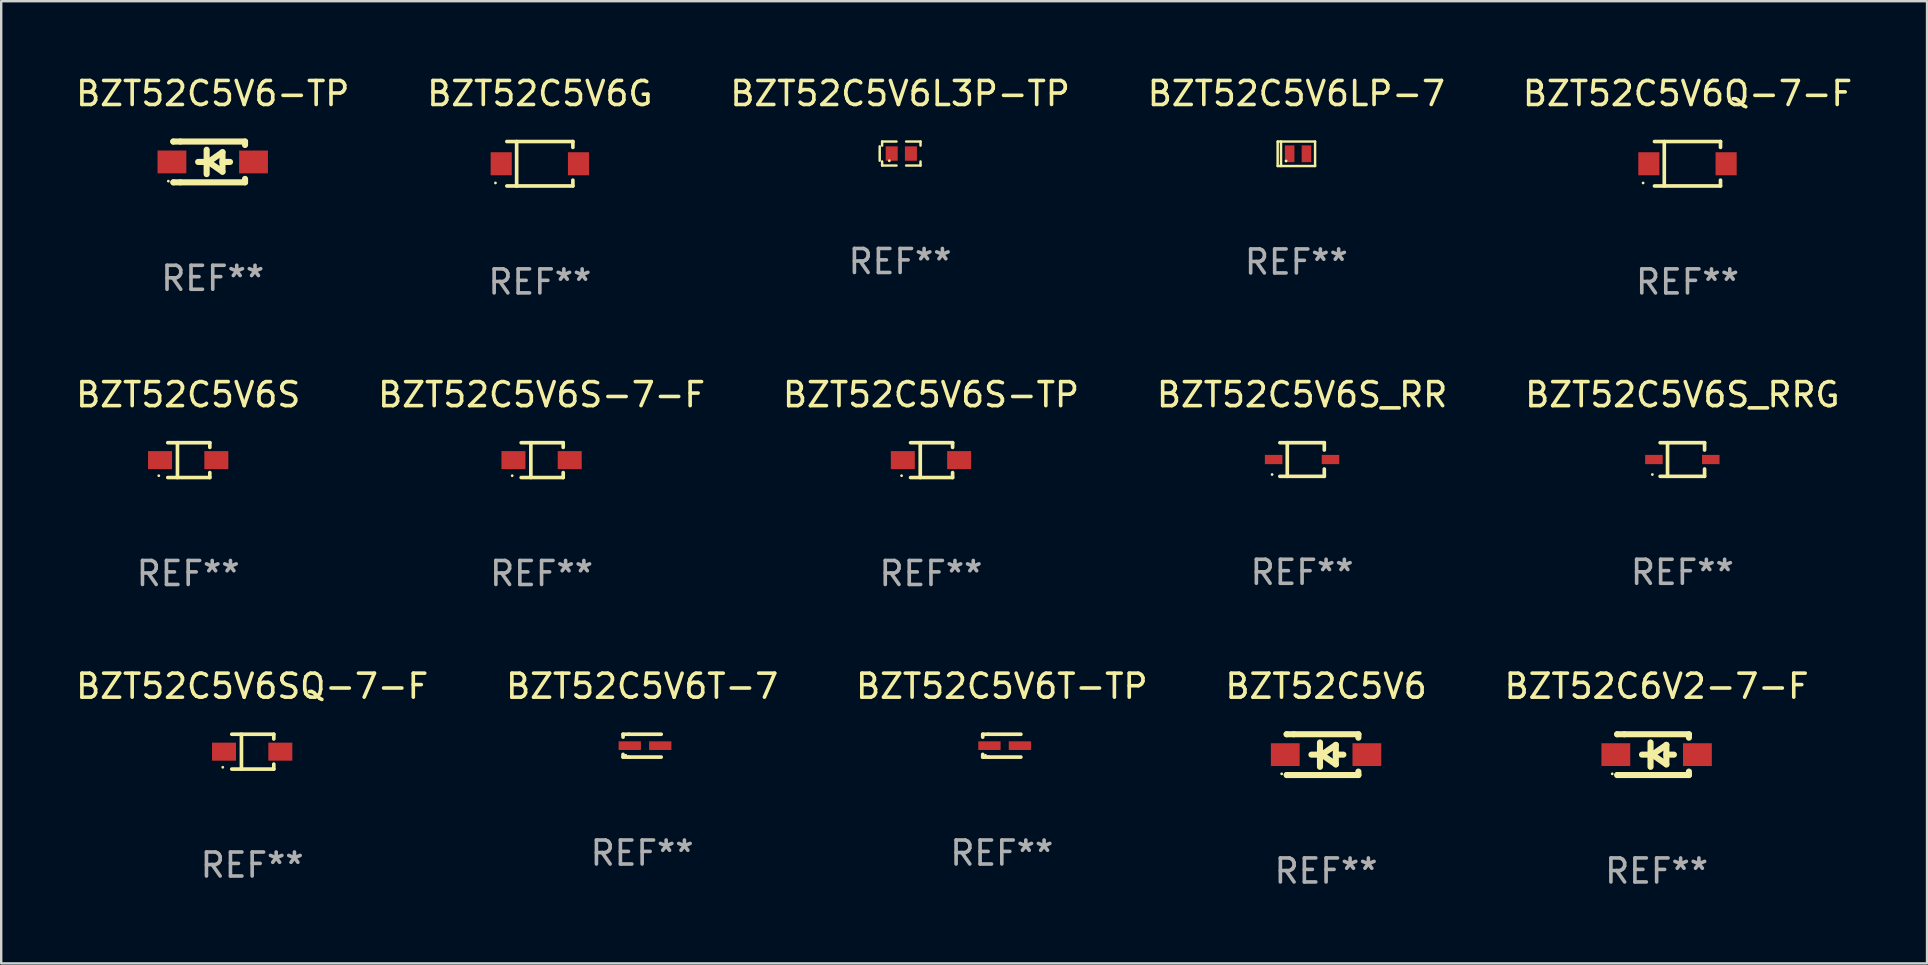
<source format=kicad_pcb>
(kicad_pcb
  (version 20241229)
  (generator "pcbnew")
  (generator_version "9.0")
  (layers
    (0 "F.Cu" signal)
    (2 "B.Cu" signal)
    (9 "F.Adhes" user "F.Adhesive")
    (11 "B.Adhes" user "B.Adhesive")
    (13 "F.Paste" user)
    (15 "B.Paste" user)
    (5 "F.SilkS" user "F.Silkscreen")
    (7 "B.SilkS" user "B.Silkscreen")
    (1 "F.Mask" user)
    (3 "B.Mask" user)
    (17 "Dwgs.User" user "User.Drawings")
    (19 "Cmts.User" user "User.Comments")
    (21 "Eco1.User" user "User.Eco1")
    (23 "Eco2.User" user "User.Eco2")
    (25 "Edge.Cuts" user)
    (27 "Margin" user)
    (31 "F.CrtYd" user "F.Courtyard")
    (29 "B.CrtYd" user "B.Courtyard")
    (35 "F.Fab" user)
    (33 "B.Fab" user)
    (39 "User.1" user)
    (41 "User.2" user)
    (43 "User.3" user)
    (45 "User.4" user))
  (footprint "BZT52C5V6T-TP"
    (layer "F.Cu")
    (at 38.696 28.022)
    (property "Reference" "BZT52C5V6T-TP" (at 0 -2.476 0) (layer "F.SilkS") (effects (font (size 1 1) (thickness 0.15))))
    (attr through_hole)
    (fp_line (start -0.795 -0.476) (end -0.795 -0.356) (stroke (width 0.152) (type solid)) (layer "F.SilkS"))
    (fp_line (start -0.795 0.363) (end -0.795 0.476) (stroke (width 0.152) (type solid)) (layer "F.SilkS"))
    (fp_line (start -0.795 0.476) (end -0.557 0.476) (stroke (width 0.152) (type solid)) (layer "F.SilkS"))
    (fp_line (start -0.557 -0.476) (end -0.795 -0.476) (stroke (width 0.152) (type solid)) (layer "F.SilkS"))
    (fp_line (start -0.557 -0.476) (end 0.795 -0.476) (stroke (width 0.152) (type solid)) (layer "F.SilkS"))
    (fp_line (start -0.557 0.476) (end 0.795 0.476) (stroke (width 0.152) (type solid)) (layer "F.SilkS"))
    (fp_circle (center -0.681 0.4) (end -0.651 0.4) (stroke (width 0.06) (type solid)) (fill no) (layer "F.SilkS"))
    (fp_text user "REF**" (at 0 4.476 0) (layer "F.Fab") (effects (font (size 1 1) (thickness 0.15))))
    (pad "1" smd rect (at -0.516 0 180) (size 0.93 0.36) (layers "F.Cu" "F.Mask" "F.Paste"))
    (pad "2" smd rect (at 0.754 0 180) (size 0.93 0.36) (layers "F.Cu" "F.Mask" "F.Paste")))
  (footprint "BZT52C5V6Q-7-F"
    (layer "F.Cu")
    (at 67.268 3.774)
    (property "Reference" "BZT52C5V6Q-7-F" (at 0 -2.926 0) (layer "F.SilkS") (effects (font (size 1 1) (thickness 0.15))))
    (attr through_hole)
    (fp_line (start -1.376 -0.926) (end 1.376 -0.926) (stroke (width 0.152) (type solid)) (layer "F.SilkS"))
    (fp_line (start -1.376 0.926) (end 1.376 0.926) (stroke (width 0.152) (type solid)) (layer "F.SilkS"))
    (fp_line (start -0.967 -0.926) (end -0.967 0.926) (stroke (width 0.152) (type solid)) (layer "F.SilkS"))
    (fp_line (start 1.376 -0.926) (end 1.376 -0.683) (stroke (width 0.152) (type solid)) (layer "F.SilkS"))
    (fp_line (start 1.376 0.926) (end 1.376 0.683) (stroke (width 0.152) (type solid)) (layer "F.SilkS"))
    (fp_circle (center -1.85 0.8) (end -1.82 0.8) (stroke (width 0.06) (type solid)) (fill no) (layer "F.SilkS"))
    (fp_text user "REF**" (at 0 4.926 0) (layer "F.Fab") (effects (font (size 1 1) (thickness 0.15))))
    (pad "1" smd rect (at -1.61 0) (size 0.88 0.96) (layers "F.Cu" "F.Mask" "F.Paste"))
    (pad "2" smd rect (at 1.61 0) (size 0.88 0.96) (layers "F.Cu" "F.Mask" "F.Paste")))
  (footprint "BZT52C5V6S_RRG"
    (layer "F.Cu")
    (at 67.054 16.098)
    (property "Reference" "BZT52C5V6S_RRG" (at 0 -2.701 0) (layer "F.SilkS") (effects (font (size 1 1) (thickness 0.15))))
    (attr through_hole)
    (fp_line (start -0.926 -0.701) (end 0.926 -0.701) (stroke (width 0.152) (type solid)) (layer "F.SilkS"))
    (fp_line (start -0.926 0.701) (end 0.926 0.701) (stroke (width 0.152) (type solid)) (layer "F.SilkS"))
    (fp_line (start -0.617 -0.701) (end -0.617 0.701) (stroke (width 0.152) (type solid)) (layer "F.SilkS"))
    (fp_line (start 0.926 -0.701) (end 0.926 -0.396) (stroke (width 0.152) (type solid)) (layer "F.SilkS"))
    (fp_line (start 0.926 0.701) (end 0.926 0.396) (stroke (width 0.152) (type solid)) (layer "F.SilkS"))
    (fp_circle (center -1.25 0.625) (end -1.22 0.625) (stroke (width 0.06) (type solid)) (fill no) (layer "F.SilkS"))
    (fp_text user "REF**" (at 0 4.701 0) (layer "F.Fab") (effects (font (size 1 1) (thickness 0.15))))
    (pad "1" smd rect (at -1.185 0 180) (size 0.73 0.385) (layers "F.Cu" "F.Mask" "F.Paste"))
    (pad "2" smd rect (at 1.185 0 180) (size 0.73 0.385) (layers "F.Cu" "F.Mask" "F.Paste")))
  (footprint "BZT52C5V6-TP"
    (layer "F.Cu")
    (at 5.815 3.698)
    (property "Reference" "BZT52C5V6-TP" (at 0 -2.85 0) (layer "F.SilkS") (effects (font (size 1 1) (thickness 0.15))))
    (attr through_hole)
    (fp_line (start -1.643 -0.85) (end -1.644 -0.849) (stroke (width 0.254) (type solid)) (layer "F.SilkS"))
    (fp_line (start -1.638 0.85) (end -1.639 0.849) (stroke (width 0.254) (type solid)) (layer "F.SilkS"))
    (fp_line (start -1.346 -0.85) (end -1.643 -0.85) (stroke (width 0.254) (type solid)) (layer "F.SilkS"))
    (fp_line (start -1.346 -0.85) (end 1.346 -0.85) (stroke (width 0.254) (type solid)) (layer "F.SilkS"))
    (fp_line (start -1.346 0.85) (end -1.638 0.85) (stroke (width 0.254) (type solid)) (layer "F.SilkS"))
    (fp_line (start -0.28 0) (end -0.61 0) (stroke (width 0.254) (type solid)) (layer "F.SilkS"))
    (fp_line (start -0.254 -0.508) (end -0.254 0.508) (stroke (width 0.254) (type solid)) (layer "F.SilkS"))
    (fp_line (start -0.178 0) (end 0.406 -0.406) (stroke (width 0.254) (type solid)) (layer "F.SilkS"))
    (fp_line (start 0.406 -0.406) (end 0.406 0.406) (stroke (width 0.254) (type solid)) (layer "F.SilkS"))
    (fp_line (start 0.406 -0.000254) (end 0.72 -0.000254) (stroke (width 0.254) (type solid)) (layer "F.SilkS"))
    (fp_line (start 0.406 0.406) (end -0.178 0) (stroke (width 0.254) (type solid)) (layer "F.SilkS"))
    (fp_line (start 1.346 -0.85) (end 1.346 -0.706) (stroke (width 0.254) (type solid)) (layer "F.SilkS"))
    (fp_line (start 1.346 0.706) (end 1.346 0.85) (stroke (width 0.254) (type solid)) (layer "F.SilkS"))
    (fp_line (start 1.346 0.85) (end -1.346 0.85) (stroke (width 0.254) (type solid)) (layer "F.SilkS"))
    (fp_circle (center -1.85 0.8) (end -1.82 0.8) (stroke (width 0.06) (type solid)) (fill no) (layer "F.SilkS"))
    (fp_text user "REF**" (at 0 4.85 0) (layer "F.Fab") (effects (font (size 1 1) (thickness 0.15))))
    (pad "1" smd rect (at -1.7 0) (size 1.2 0.95) (layers "F.Cu" "F.Mask" "F.Paste"))
    (pad "2" smd rect (at 1.7 0) (size 1.2 0.95) (layers "F.Cu" "F.Mask" "F.Paste")))
  (footprint "BZT52C5V6SQ-7-F"
    (layer "F.Cu")
    (at 7.458 28.272)
    (property "Reference" "BZT52C5V6SQ-7-F" (at 0 -2.726 0) (layer "F.SilkS") (effects (font (size 1 1) (thickness 0.15))))
    (attr through_hole)
    (fp_line (start -0.851 -0.726) (end 0.901 -0.726) (stroke (width 0.152) (type solid)) (layer "F.SilkS"))
    (fp_line (start -0.851 0.726) (end 0.901 0.726) (stroke (width 0.152) (type solid)) (layer "F.SilkS"))
    (fp_line (start -0.447 -0.726) (end -0.447 0.726) (stroke (width 0.152) (type solid)) (layer "F.SilkS"))
    (fp_line (start 0.901 -0.726) (end 0.901 -0.53) (stroke (width 0.152) (type solid)) (layer "F.SilkS"))
    (fp_line (start 0.901 0.726) (end 0.901 0.52) (stroke (width 0.152) (type solid)) (layer "F.SilkS"))
    (fp_circle (center -1.225 0.65) (end -1.195 0.65) (stroke (width 0.06) (type solid)) (fill no) (layer "F.SilkS"))
    (fp_text user "REF**" (at 0 4.726 0) (layer "F.Fab") (effects (font (size 1 1) (thickness 0.15))))
    (pad "1" smd rect (at -1.173 0) (size 1 0.75) (layers "F.Cu" "F.Mask" "F.Paste"))
    (pad "2" smd rect (at 1.173 0) (size 1 0.75) (layers "F.Cu" "F.Mask" "F.Paste")))
  (footprint "BZT52C5V6G"
    (layer "F.Cu")
    (at 19.446 3.774)
    (property "Reference" "BZT52C5V6G" (at 0 -2.926 0) (layer "F.SilkS") (effects (font (size 1 1) (thickness 0.15))))
    (attr through_hole)
    (fp_line (start -1.376 -0.926) (end 1.376 -0.926) (stroke (width 0.152) (type solid)) (layer "F.SilkS"))
    (fp_line (start -1.376 0.926) (end 1.376 0.926) (stroke (width 0.152) (type solid)) (layer "F.SilkS"))
    (fp_line (start -0.967 -0.926) (end -0.967 0.926) (stroke (width 0.152) (type solid)) (layer "F.SilkS"))
    (fp_line (start 1.376 -0.926) (end 1.376 -0.683) (stroke (width 0.152) (type solid)) (layer "F.SilkS"))
    (fp_line (start 1.376 0.926) (end 1.376 0.683) (stroke (width 0.152) (type solid)) (layer "F.SilkS"))
    (fp_circle (center -1.85 0.8) (end -1.82 0.8) (stroke (width 0.06) (type solid)) (fill no) (layer "F.SilkS"))
    (fp_text user "REF**" (at 0 4.926 0) (layer "F.Fab") (effects (font (size 1 1) (thickness 0.15))))
    (pad "1" smd rect (at -1.61 0) (size 0.88 0.96) (layers "F.Cu" "F.Mask" "F.Paste"))
    (pad "2" smd rect (at 1.61 0) (size 0.88 0.96) (layers "F.Cu" "F.Mask" "F.Paste")))
  (footprint "BZT52C5V6S-TP"
    (layer "F.Cu")
    (at 35.744 16.123)
    (property "Reference" "BZT52C5V6S-TP" (at 0 -2.726 0) (layer "F.SilkS") (effects (font (size 1 1) (thickness 0.15))))
    (attr through_hole)
    (fp_line (start -0.851 -0.726) (end 0.901 -0.726) (stroke (width 0.152) (type solid)) (layer "F.SilkS"))
    (fp_line (start -0.851 0.726) (end 0.901 0.726) (stroke (width 0.152) (type solid)) (layer "F.SilkS"))
    (fp_line (start -0.447 -0.726) (end -0.447 0.726) (stroke (width 0.152) (type solid)) (layer "F.SilkS"))
    (fp_line (start 0.901 -0.726) (end 0.901 -0.53) (stroke (width 0.152) (type solid)) (layer "F.SilkS"))
    (fp_line (start 0.901 0.726) (end 0.901 0.52) (stroke (width 0.152) (type solid)) (layer "F.SilkS"))
    (fp_circle (center -1.225 0.65) (end -1.195 0.65) (stroke (width 0.06) (type solid)) (fill no) (layer "F.SilkS"))
    (fp_text user "REF**" (at 0 4.726 0) (layer "F.Fab") (effects (font (size 1 1) (thickness 0.15))))
    (pad "1" smd rect (at -1.173 0) (size 1 0.75) (layers "F.Cu" "F.Mask" "F.Paste"))
    (pad "2" smd rect (at 1.173 0) (size 1 0.75) (layers "F.Cu" "F.Mask" "F.Paste")))
  (footprint "BZT52C5V6S_RR"
    (layer "F.Cu")
    (at 51.208 16.098)
    (property "Reference" "BZT52C5V6S_RR" (at 0 -2.701 0) (layer "F.SilkS") (effects (font (size 1 1) (thickness 0.15))))
    (attr through_hole)
    (fp_line (start -0.926 -0.701) (end 0.926 -0.701) (stroke (width 0.152) (type solid)) (layer "F.SilkS"))
    (fp_line (start -0.926 0.701) (end 0.926 0.701) (stroke (width 0.152) (type solid)) (layer "F.SilkS"))
    (fp_line (start -0.617 -0.701) (end -0.617 0.701) (stroke (width 0.152) (type solid)) (layer "F.SilkS"))
    (fp_line (start 0.926 -0.701) (end 0.926 -0.396) (stroke (width 0.152) (type solid)) (layer "F.SilkS"))
    (fp_line (start 0.926 0.701) (end 0.926 0.396) (stroke (width 0.152) (type solid)) (layer "F.SilkS"))
    (fp_circle (center -1.25 0.625) (end -1.22 0.625) (stroke (width 0.06) (type solid)) (fill no) (layer "F.SilkS"))
    (fp_text user "REF**" (at 0 4.701 0) (layer "F.Fab") (effects (font (size 1 1) (thickness 0.15))))
    (pad "1" smd rect (at -1.185 0 180) (size 0.73 0.385) (layers "F.Cu" "F.Mask" "F.Paste"))
    (pad "2" smd rect (at 1.185 0 180) (size 0.73 0.385) (layers "F.Cu" "F.Mask" "F.Paste")))
  (footprint "BZT52C5V6"
    (layer "F.Cu")
    (at 52.208 28.396)
    (property "Reference" "BZT52C5V6" (at 0 -2.85 0) (layer "F.SilkS") (effects (font (size 1 1) (thickness 0.15))))
    (attr through_hole)
    (fp_line (start -1.643 -0.85) (end -1.644 -0.849) (stroke (width 0.254) (type solid)) (layer "F.SilkS"))
    (fp_line (start -1.638 0.85) (end -1.639 0.849) (stroke (width 0.254) (type solid)) (layer "F.SilkS"))
    (fp_line (start -1.346 -0.85) (end -1.643 -0.85) (stroke (width 0.254) (type solid)) (layer "F.SilkS"))
    (fp_line (start -1.346 -0.85) (end 1.346 -0.85) (stroke (width 0.254) (type solid)) (layer "F.SilkS"))
    (fp_line (start -1.346 0.85) (end -1.638 0.85) (stroke (width 0.254) (type solid)) (layer "F.SilkS"))
    (fp_line (start -0.28 0) (end -0.61 0) (stroke (width 0.254) (type solid)) (layer "F.SilkS"))
    (fp_line (start -0.254 -0.508) (end -0.254 0.508) (stroke (width 0.254) (type solid)) (layer "F.SilkS"))
    (fp_line (start -0.178 0) (end 0.406 -0.406) (stroke (width 0.254) (type solid)) (layer "F.SilkS"))
    (fp_line (start 0.406 -0.406) (end 0.406 0.406) (stroke (width 0.254) (type solid)) (layer "F.SilkS"))
    (fp_line (start 0.406 -0.000254) (end 0.72 -0.000254) (stroke (width 0.254) (type solid)) (layer "F.SilkS"))
    (fp_line (start 0.406 0.406) (end -0.178 0) (stroke (width 0.254) (type solid)) (layer "F.SilkS"))
    (fp_line (start 1.346 -0.85) (end 1.346 -0.706) (stroke (width 0.254) (type solid)) (layer "F.SilkS"))
    (fp_line (start 1.346 0.706) (end 1.346 0.85) (stroke (width 0.254) (type solid)) (layer "F.SilkS"))
    (fp_line (start 1.346 0.85) (end -1.346 0.85) (stroke (width 0.254) (type solid)) (layer "F.SilkS"))
    (fp_circle (center -1.85 0.8) (end -1.82 0.8) (stroke (width 0.06) (type solid)) (fill no) (layer "F.SilkS"))
    (fp_text user "REF**" (at 0 4.85 0) (layer "F.Fab") (effects (font (size 1 1) (thickness 0.15))))
    (pad "1" smd rect (at -1.7 0) (size 1.2 0.95) (layers "F.Cu" "F.Mask" "F.Paste"))
    (pad "2" smd rect (at 1.7 0) (size 1.2 0.95) (layers "F.Cu" "F.Mask" "F.Paste")))
  (footprint "BZT52C6V2-7-F"
    (layer "F.Cu")
    (at 65.982 28.396)
    (property "Reference" "BZT52C6V2-7-F" (at 0 -2.85 0) (layer "F.SilkS") (effects (font (size 1 1) (thickness 0.15))))
    (attr through_hole)
    (fp_line (start -1.643 -0.85) (end -1.644 -0.849) (stroke (width 0.254) (type solid)) (layer "F.SilkS"))
    (fp_line (start -1.638 0.85) (end -1.639 0.849) (stroke (width 0.254) (type solid)) (layer "F.SilkS"))
    (fp_line (start -1.346 -0.85) (end -1.643 -0.85) (stroke (width 0.254) (type solid)) (layer "F.SilkS"))
    (fp_line (start -1.346 -0.85) (end 1.346 -0.85) (stroke (width 0.254) (type solid)) (layer "F.SilkS"))
    (fp_line (start -1.346 0.85) (end -1.638 0.85) (stroke (width 0.254) (type solid)) (layer "F.SilkS"))
    (fp_line (start -0.28 0) (end -0.61 0) (stroke (width 0.254) (type solid)) (layer "F.SilkS"))
    (fp_line (start -0.254 -0.508) (end -0.254 0.508) (stroke (width 0.254) (type solid)) (layer "F.SilkS"))
    (fp_line (start -0.178 0) (end 0.406 -0.406) (stroke (width 0.254) (type solid)) (layer "F.SilkS"))
    (fp_line (start 0.406 -0.406) (end 0.406 0.406) (stroke (width 0.254) (type solid)) (layer "F.SilkS"))
    (fp_line (start 0.406 -0.000254) (end 0.72 -0.000254) (stroke (width 0.254) (type solid)) (layer "F.SilkS"))
    (fp_line (start 0.406 0.406) (end -0.178 0) (stroke (width 0.254) (type solid)) (layer "F.SilkS"))
    (fp_line (start 1.346 -0.85) (end 1.346 -0.706) (stroke (width 0.254) (type solid)) (layer "F.SilkS"))
    (fp_line (start 1.346 0.706) (end 1.346 0.85) (stroke (width 0.254) (type solid)) (layer "F.SilkS"))
    (fp_line (start 1.346 0.85) (end -1.346 0.85) (stroke (width 0.254) (type solid)) (layer "F.SilkS"))
    (fp_circle (center -1.85 0.8) (end -1.82 0.8) (stroke (width 0.06) (type solid)) (fill no) (layer "F.SilkS"))
    (fp_text user "REF**" (at 0 4.85 0) (layer "F.Fab") (effects (font (size 1 1) (thickness 0.15))))
    (pad "1" smd rect (at -1.7 0) (size 1.2 0.95) (layers "F.Cu" "F.Mask" "F.Paste"))
    (pad "2" smd rect (at 1.7 0) (size 1.2 0.95) (layers "F.Cu" "F.Mask" "F.Paste")))
  (footprint "BZT52C5V6S"
    (layer "F.Cu")
    (at 4.792 16.123)
    (property "Reference" "BZT52C5V6S" (at 0 -2.726 0) (layer "F.SilkS") (effects (font (size 1 1) (thickness 0.15))))
    (attr through_hole)
    (fp_line (start -0.851 -0.726) (end 0.901 -0.726) (stroke (width 0.152) (type solid)) (layer "F.SilkS"))
    (fp_line (start -0.851 0.726) (end 0.901 0.726) (stroke (width 0.152) (type solid)) (layer "F.SilkS"))
    (fp_line (start -0.447 -0.726) (end -0.447 0.726) (stroke (width 0.152) (type solid)) (layer "F.SilkS"))
    (fp_line (start 0.901 -0.726) (end 0.901 -0.53) (stroke (width 0.152) (type solid)) (layer "F.SilkS"))
    (fp_line (start 0.901 0.726) (end 0.901 0.52) (stroke (width 0.152) (type solid)) (layer "F.SilkS"))
    (fp_circle (center -1.225 0.65) (end -1.195 0.65) (stroke (width 0.06) (type solid)) (fill no) (layer "F.SilkS"))
    (fp_text user "REF**" (at 0 4.726 0) (layer "F.Fab") (effects (font (size 1 1) (thickness 0.15))))
    (pad "1" smd rect (at -1.173 0) (size 1 0.75) (layers "F.Cu" "F.Mask" "F.Paste"))
    (pad "2" smd rect (at 1.173 0) (size 1 0.75) (layers "F.Cu" "F.Mask" "F.Paste")))
  (footprint "BZT52C5V6LP-7"
    (layer "F.Cu")
    (at 50.97 3.358)
    (property "Reference" "BZT52C5V6LP-7" (at 0 -2.51 0) (layer "F.SilkS") (effects (font (size 1 1) (thickness 0.15))))
    (attr through_hole)
    (fp_line (start -0.78 -0.51) (end -0.78 0.51) (stroke (width 0.102) (type solid)) (layer "F.SilkS"))
    (fp_line (start -0.78 -0.51) (end 0.78 -0.51) (stroke (width 0.102) (type solid)) (layer "F.SilkS"))
    (fp_line (start -0.78 0.51) (end 0.78 0.51) (stroke (width 0.102) (type solid)) (layer "F.SilkS"))
    (fp_line (start -0.64 -0.51) (end -0.64 0.51) (stroke (width 0.102) (type solid)) (layer "F.SilkS"))
    (fp_line (start 0.78 -0.51) (end 0.78 0.51) (stroke (width 0.102) (type solid)) (layer "F.SilkS"))
    (fp_circle (center -0.43 0.3) (end -0.4 0.3) (stroke (width 0.06) (type solid)) (fill no) (layer "F.SilkS"))
    (fp_text user "REF**" (at 0 4.51 0) (layer "F.Fab") (effects (font (size 1 1) (thickness 0.15))))
    (pad "1" smd rect (at -0.28 0) (size 0.4 0.7) (layers "F.Cu" "F.Mask" "F.Paste"))
    (pad "2" smd rect (at 0.42 0) (size 0.4 0.7) (layers "F.Cu" "F.Mask" "F.Paste")))
  (footprint "BZT52C5V6T-7"
    (layer "F.Cu")
    (at 23.708 28.022)
    (property "Reference" "BZT52C5V6T-7" (at 0 -2.476 0) (layer "F.SilkS") (effects (font (size 1 1) (thickness 0.15))))
    (attr through_hole)
    (fp_line (start -0.795 -0.476) (end -0.795 -0.356) (stroke (width 0.152) (type solid)) (layer "F.SilkS"))
    (fp_line (start -0.795 0.363) (end -0.795 0.476) (stroke (width 0.152) (type solid)) (layer "F.SilkS"))
    (fp_line (start -0.795 0.476) (end -0.557 0.476) (stroke (width 0.152) (type solid)) (layer "F.SilkS"))
    (fp_line (start -0.557 -0.476) (end -0.795 -0.476) (stroke (width 0.152) (type solid)) (layer "F.SilkS"))
    (fp_line (start -0.557 -0.476) (end 0.795 -0.476) (stroke (width 0.152) (type solid)) (layer "F.SilkS"))
    (fp_line (start -0.557 0.476) (end 0.795 0.476) (stroke (width 0.152) (type solid)) (layer "F.SilkS"))
    (fp_circle (center -0.681 0.4) (end -0.651 0.4) (stroke (width 0.06) (type solid)) (fill no) (layer "F.SilkS"))
    (fp_text user "REF**" (at 0 4.476 0) (layer "F.Fab") (effects (font (size 1 1) (thickness 0.15))))
    (pad "1" smd rect (at -0.516 0 180) (size 0.93 0.36) (layers "F.Cu" "F.Mask" "F.Paste"))
    (pad "2" smd rect (at 0.754 0 180) (size 0.93 0.36) (layers "F.Cu" "F.Mask" "F.Paste")))
  (footprint "BZT52C5V6L3P-TP"
    (layer "F.Cu")
    (at 34.458 3.348)
    (property "Reference" "BZT52C5V6L3P-TP" (at 0 -2.5 0) (layer "F.SilkS") (effects (font (size 1 1) (thickness 0.15))))
    (attr through_hole)
    (fp_line (start -0.85 -0.3) (end -0.85 0.3) (stroke (width 0.102) (type solid)) (layer "F.SilkS"))
    (fp_line (start -0.75 -0.5) (end -0.75 -0.329) (stroke (width 0.102) (type solid)) (layer "F.SilkS"))
    (fp_line (start -0.75 0.329) (end -0.75 0.5) (stroke (width 0.102) (type solid)) (layer "F.SilkS"))
    (fp_line (start -0.75 0.5) (end -0.15 0.5) (stroke (width 0.102) (type solid)) (layer "F.SilkS"))
    (fp_line (start -0.15 -0.5) (end -0.75 -0.5) (stroke (width 0.102) (type solid)) (layer "F.SilkS"))
    (fp_line (start 0.25 -0.5) (end 0.85 -0.5) (stroke (width 0.102) (type solid)) (layer "F.SilkS"))
    (fp_line (start 0.85 -0.5) (end 0.85 -0.33) (stroke (width 0.102) (type solid)) (layer "F.SilkS"))
    (fp_line (start 0.85 0.33) (end 0.85 0.5) (stroke (width 0.102) (type solid)) (layer "F.SilkS"))
    (fp_line (start 0.85 0.5) (end 0.25 0.5) (stroke (width 0.102) (type solid)) (layer "F.SilkS"))
    (fp_circle (center -0.45 0.3) (end -0.42 0.3) (stroke (width 0.06) (type solid)) (fill no) (layer "F.SilkS"))
    (fp_text user "REF**" (at 0 4.5 0) (layer "F.Fab") (effects (font (size 1 1) (thickness 0.15))))
    (pad "1" smd rect (at -0.35 0) (size 0.5 0.6) (layers "F.Cu" "F.Mask" "F.Paste"))
    (pad "2" smd rect (at 0.45 0) (size 0.5 0.6) (layers "F.Cu" "F.Mask" "F.Paste")))
  (footprint "BZT52C5V6S-7-F"
    (layer "F.Cu")
    (at 19.518 16.123)
    (property "Reference" "BZT52C5V6S-7-F" (at 0 -2.726 0) (layer "F.SilkS") (effects (font (size 1 1) (thickness 0.15))))
    (attr through_hole)
    (fp_line (start -0.851 -0.726) (end 0.901 -0.726) (stroke (width 0.152) (type solid)) (layer "F.SilkS"))
    (fp_line (start -0.851 0.726) (end 0.901 0.726) (stroke (width 0.152) (type solid)) (layer "F.SilkS"))
    (fp_line (start -0.447 -0.726) (end -0.447 0.726) (stroke (width 0.152) (type solid)) (layer "F.SilkS"))
    (fp_line (start 0.901 -0.726) (end 0.901 -0.53) (stroke (width 0.152) (type solid)) (layer "F.SilkS"))
    (fp_line (start 0.901 0.726) (end 0.901 0.52) (stroke (width 0.152) (type solid)) (layer "F.SilkS"))
    (fp_circle (center -1.225 0.65) (end -1.195 0.65) (stroke (width 0.06) (type solid)) (fill no) (layer "F.SilkS"))
    (fp_text user "REF**" (at 0 4.726 0) (layer "F.Fab") (effects (font (size 1 1) (thickness 0.15))))
    (pad "1" smd rect (at -1.173 0) (size 1 0.75) (layers "F.Cu" "F.Mask" "F.Paste"))
    (pad "2" smd rect (at 1.173 0) (size 1 0.75) (layers "F.Cu" "F.Mask" "F.Paste")))
  (gr_rect
    (start -3 -3)
    (end 77.25 37.094)
    (stroke (width 0.1) (type default))
    (fill no)
    (layer "Edge.Cuts")))
</source>
